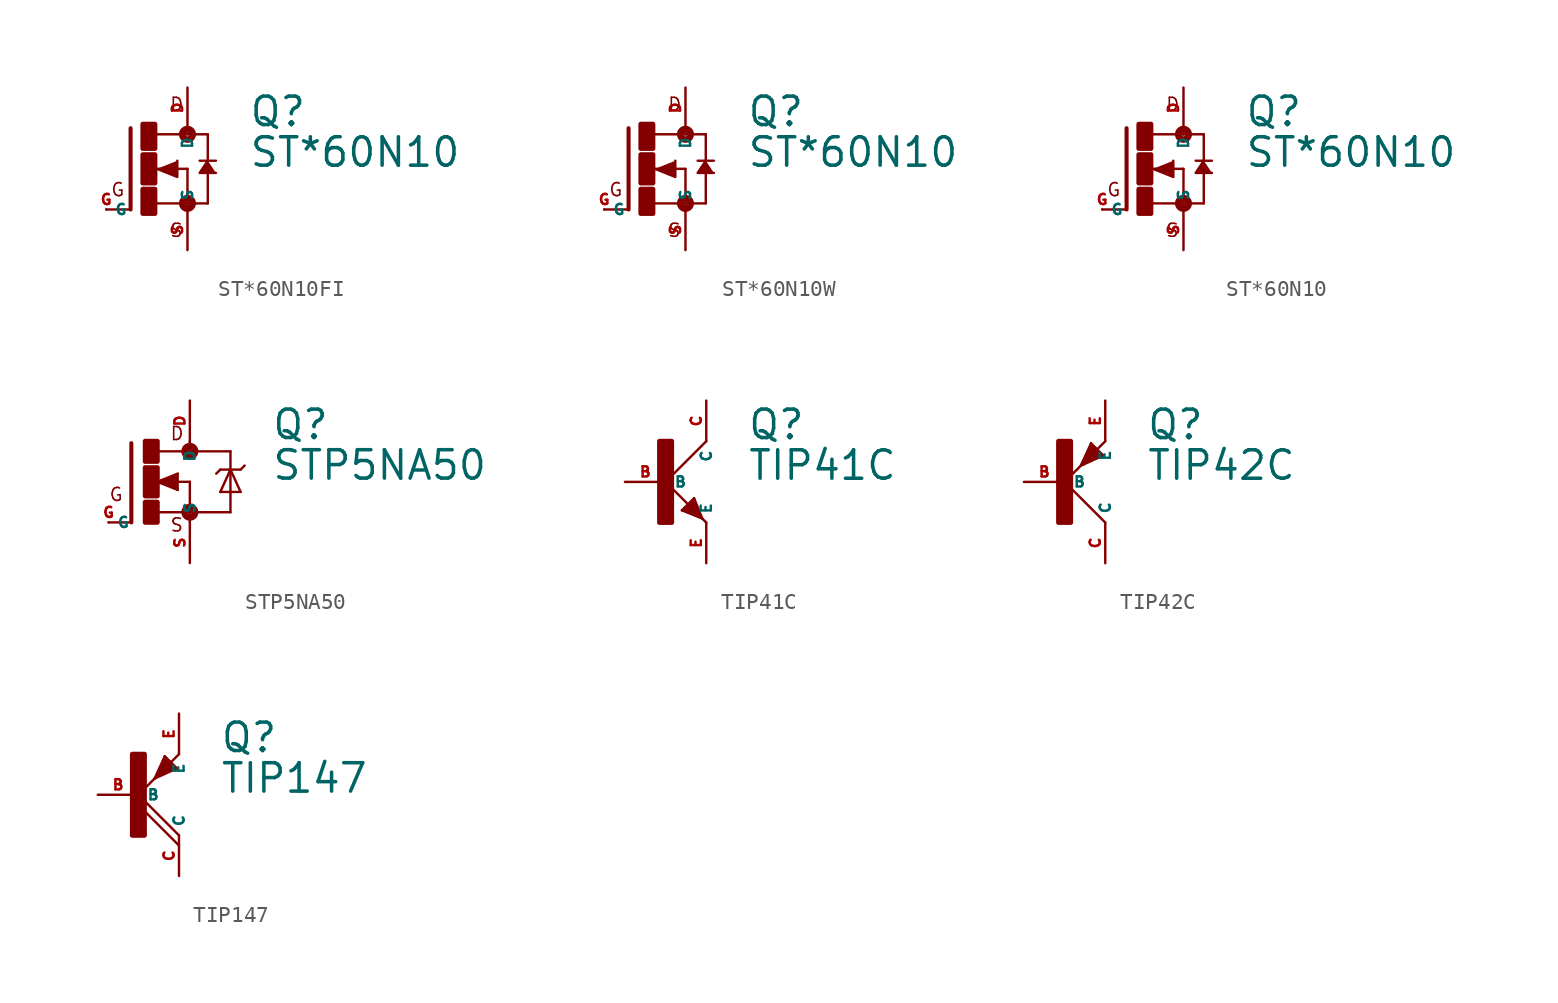
<source format=kicad_sym>
(kicad_symbol_lib
  (version 20220914)
  (generator Eagle2Kicad)
  (symbol "ST*60N10FI"
    (property "Reference" "Q"
      (at 6.35 2.54 0)
      (effects (font (size 1.778 1.778) (thickness 0.22)) (justify left bottom)))
    (property "Value" "ST*60N10"
      (at 6.35 0 0)
      (effects (font (size 1.778 1.778) (thickness 0.22)) (justify left bottom)))
    (polyline
      (pts (xy 3.81 0.508) (xy 3.302 -0.254) (xy 4.318 -0.254))
      (stroke (width 0.152) (type default))
      (fill (type outline)))
    (polyline
      (pts (xy 0.635 0) (xy 1.905 -0.508) (xy 1.905 0.508))
      (stroke (width 0.152) (type default))
      (fill (type outline)))
    (polyline
      (pts (xy -1.016 2.54) (xy -1.016 -2.54))
      (stroke (width 0.254) (type default))
      (fill (type none)))
    (polyline
      (pts (xy -1.016 -2.54) (xy -2.54 -2.54))
      (stroke (width 0.152) (type default))
      (fill (type none)))
    (polyline
      (pts (xy 2.54 2.54) (xy 2.54 2.159))
      (stroke (width 0.152) (type default))
      (fill (type none)))
    (polyline
      (pts (xy 0.508 -2.159) (xy 2.54 -2.159))
      (stroke (width 0.152) (type default))
      (fill (type none)))
    (polyline
      (pts (xy 2.54 -2.159) (xy 2.54 -2.54))
      (stroke (width 0.152) (type default))
      (fill (type none)))
    (polyline
      (pts (xy 0.381 0) (xy 2.54 0))
      (stroke (width 0.152) (type default))
      (fill (type none)))
    (polyline
      (pts (xy 3.302 0.508) (xy 3.81 0.508))
      (stroke (width 0.152) (type default))
      (fill (type none)))
    (polyline
      (pts (xy 3.81 0.508) (xy 4.318 0.508))
      (stroke (width 0.152) (type default))
      (fill (type none)))
    (polyline
      (pts (xy 3.81 2.159) (xy 2.54 2.159))
      (stroke (width 0.152) (type default))
      (fill (type none)))
    (polyline
      (pts (xy 2.54 2.159) (xy 0.533 2.159))
      (stroke (width 0.152) (type default))
      (fill (type none)))
    (polyline
      (pts (xy 3.81 0.508) (xy 3.81 2.159))
      (stroke (width 0.152) (type default))
      (fill (type none)))
    (polyline
      (pts (xy 3.81 -2.159) (xy 3.81 -0.127))
      (stroke (width 0.152) (type default))
      (fill (type none)))
    (polyline
      (pts (xy 3.81 -2.159) (xy 2.54 -2.159))
      (stroke (width 0.152) (type default))
      (fill (type none)))
    (polyline
      (pts (xy 2.54 0) (xy 2.54 -2.159))
      (stroke (width 0.152) (type default))
      (fill (type none)))
    (text "D"
      (at 1.397 3.556 0)
      (effects (font (size 0.813 0.813) (thickness 0.10)) (justify left bottom)))
    (text "S"
      (at 1.397 -4.318 0)
      (effects (font (size 0.813 0.813) (thickness 0.10)) (justify left bottom)))
    (text "G"
      (at -2.286 -1.778 0)
      (effects (font (size 0.813 0.813) (thickness 0.10)) (justify left bottom)))
    (circle
      (center 2.54 2.159)
      (radius 0.127)
      (stroke (width 0.406) (type default))
      (fill (type none)))
    (circle
      (center 2.54 -2.159)
      (radius 0.127)
      (stroke (width 0.406) (type default))
      (fill (type none)))
    (rectangle
      (start -0.254 -2.794)
      (end 0.508 -1.27)
      (stroke (width 0.3) (type default))
      (fill (type outline)))
    (rectangle
      (start -0.254 1.27)
      (end 0.508 2.794)
      (stroke (width 0.3) (type default))
      (fill (type outline)))
    (rectangle
      (start -0.254 -0.889)
      (end 0.508 0.889)
      (stroke (width 0.3) (type default))
      (fill (type outline)))
    (pin passive line
      (at -2.54 -2.54 0)
      (length 0)
      (name "G" (effects (font (size 0.635 0.635) (thickness 0.08)) (justify left bottom)))
      (number "G" (effects (font (size 0.635 0.635) (thickness 0.08)) (justify left bottom))))
    (pin passive line
      (at 2.54 -5.08 90)
      (length 2.54)
      (name "S" (effects (font (size 0.635 0.635) (thickness 0.08)) (justify left bottom)))
      (number "S" (effects (font (size 0.635 0.635) (thickness 0.08)) (justify left bottom))))
    (pin passive line
      (at 2.54 5.08 270)
      (length 2.54)
      (name "D" (effects (font (size 0.635 0.635) (thickness 0.08)) (justify left bottom)))
      (number "D" (effects (font (size 0.635 0.635) (thickness 0.08)) (justify left bottom)))))
  (symbol "ST*60N10W"
    (property "Reference" "Q"
      (at 6.35 2.54 0)
      (effects (font (size 1.778 1.778) (thickness 0.22)) (justify left bottom)))
    (property "Value" "ST*60N10"
      (at 6.35 0 0)
      (effects (font (size 1.778 1.778) (thickness 0.22)) (justify left bottom)))
    (polyline
      (pts (xy 3.81 0.508) (xy 3.302 -0.254) (xy 4.318 -0.254))
      (stroke (width 0.152) (type default))
      (fill (type outline)))
    (polyline
      (pts (xy 0.635 0) (xy 1.905 -0.508) (xy 1.905 0.508))
      (stroke (width 0.152) (type default))
      (fill (type outline)))
    (polyline
      (pts (xy -1.016 2.54) (xy -1.016 -2.54))
      (stroke (width 0.254) (type default))
      (fill (type none)))
    (polyline
      (pts (xy -1.016 -2.54) (xy -2.54 -2.54))
      (stroke (width 0.152) (type default))
      (fill (type none)))
    (polyline
      (pts (xy 2.54 2.54) (xy 2.54 2.159))
      (stroke (width 0.152) (type default))
      (fill (type none)))
    (polyline
      (pts (xy 0.508 -2.159) (xy 2.54 -2.159))
      (stroke (width 0.152) (type default))
      (fill (type none)))
    (polyline
      (pts (xy 2.54 -2.159) (xy 2.54 -2.54))
      (stroke (width 0.152) (type default))
      (fill (type none)))
    (polyline
      (pts (xy 0.381 0) (xy 2.54 0))
      (stroke (width 0.152) (type default))
      (fill (type none)))
    (polyline
      (pts (xy 3.302 0.508) (xy 3.81 0.508))
      (stroke (width 0.152) (type default))
      (fill (type none)))
    (polyline
      (pts (xy 3.81 0.508) (xy 4.318 0.508))
      (stroke (width 0.152) (type default))
      (fill (type none)))
    (polyline
      (pts (xy 3.81 2.159) (xy 2.54 2.159))
      (stroke (width 0.152) (type default))
      (fill (type none)))
    (polyline
      (pts (xy 2.54 2.159) (xy 0.533 2.159))
      (stroke (width 0.152) (type default))
      (fill (type none)))
    (polyline
      (pts (xy 3.81 0.508) (xy 3.81 2.159))
      (stroke (width 0.152) (type default))
      (fill (type none)))
    (polyline
      (pts (xy 3.81 -2.159) (xy 3.81 -0.127))
      (stroke (width 0.152) (type default))
      (fill (type none)))
    (polyline
      (pts (xy 3.81 -2.159) (xy 2.54 -2.159))
      (stroke (width 0.152) (type default))
      (fill (type none)))
    (polyline
      (pts (xy 2.54 0) (xy 2.54 -2.159))
      (stroke (width 0.152) (type default))
      (fill (type none)))
    (text "D"
      (at 1.397 3.556 0)
      (effects (font (size 0.813 0.813) (thickness 0.10)) (justify left bottom)))
    (text "S"
      (at 1.397 -4.318 0)
      (effects (font (size 0.813 0.813) (thickness 0.10)) (justify left bottom)))
    (text "G"
      (at -2.286 -1.778 0)
      (effects (font (size 0.813 0.813) (thickness 0.10)) (justify left bottom)))
    (circle
      (center 2.54 2.159)
      (radius 0.127)
      (stroke (width 0.406) (type default))
      (fill (type none)))
    (circle
      (center 2.54 -2.159)
      (radius 0.127)
      (stroke (width 0.406) (type default))
      (fill (type none)))
    (rectangle
      (start -0.254 -2.794)
      (end 0.508 -1.27)
      (stroke (width 0.3) (type default))
      (fill (type outline)))
    (rectangle
      (start -0.254 1.27)
      (end 0.508 2.794)
      (stroke (width 0.3) (type default))
      (fill (type outline)))
    (rectangle
      (start -0.254 -0.889)
      (end 0.508 0.889)
      (stroke (width 0.3) (type default))
      (fill (type outline)))
    (pin passive line
      (at -2.54 -2.54 0)
      (length 0)
      (name "G" (effects (font (size 0.635 0.635) (thickness 0.08)) (justify left bottom)))
      (number "G" (effects (font (size 0.635 0.635) (thickness 0.08)) (justify left bottom))))
    (pin passive line
      (at 2.54 -5.08 90)
      (length 2.54)
      (name "S" (effects (font (size 0.635 0.635) (thickness 0.08)) (justify left bottom)))
      (number "S" (effects (font (size 0.635 0.635) (thickness 0.08)) (justify left bottom))))
    (pin passive line
      (at 2.54 5.08 270)
      (length 2.54)
      (name "D" (effects (font (size 0.635 0.635) (thickness 0.08)) (justify left bottom)))
      (number "D" (effects (font (size 0.635 0.635) (thickness 0.08)) (justify left bottom)))))
  (symbol "ST*60N10"
    (property "Reference" "Q"
      (at 6.35 2.54 0)
      (effects (font (size 1.778 1.778) (thickness 0.22)) (justify left bottom)))
    (property "Value" "ST*60N10"
      (at 6.35 0 0)
      (effects (font (size 1.778 1.778) (thickness 0.22)) (justify left bottom)))
    (polyline
      (pts (xy 3.81 0.508) (xy 3.302 -0.254) (xy 4.318 -0.254))
      (stroke (width 0.152) (type default))
      (fill (type outline)))
    (polyline
      (pts (xy 0.635 0) (xy 1.905 -0.508) (xy 1.905 0.508))
      (stroke (width 0.152) (type default))
      (fill (type outline)))
    (polyline
      (pts (xy -1.016 2.54) (xy -1.016 -2.54))
      (stroke (width 0.254) (type default))
      (fill (type none)))
    (polyline
      (pts (xy -1.016 -2.54) (xy -2.54 -2.54))
      (stroke (width 0.152) (type default))
      (fill (type none)))
    (polyline
      (pts (xy 2.54 2.54) (xy 2.54 2.159))
      (stroke (width 0.152) (type default))
      (fill (type none)))
    (polyline
      (pts (xy 0.508 -2.159) (xy 2.54 -2.159))
      (stroke (width 0.152) (type default))
      (fill (type none)))
    (polyline
      (pts (xy 2.54 -2.159) (xy 2.54 -2.54))
      (stroke (width 0.152) (type default))
      (fill (type none)))
    (polyline
      (pts (xy 0.381 0) (xy 2.54 0))
      (stroke (width 0.152) (type default))
      (fill (type none)))
    (polyline
      (pts (xy 3.302 0.508) (xy 3.81 0.508))
      (stroke (width 0.152) (type default))
      (fill (type none)))
    (polyline
      (pts (xy 3.81 0.508) (xy 4.318 0.508))
      (stroke (width 0.152) (type default))
      (fill (type none)))
    (polyline
      (pts (xy 3.81 2.159) (xy 2.54 2.159))
      (stroke (width 0.152) (type default))
      (fill (type none)))
    (polyline
      (pts (xy 2.54 2.159) (xy 0.533 2.159))
      (stroke (width 0.152) (type default))
      (fill (type none)))
    (polyline
      (pts (xy 3.81 0.508) (xy 3.81 2.159))
      (stroke (width 0.152) (type default))
      (fill (type none)))
    (polyline
      (pts (xy 3.81 -2.159) (xy 3.81 -0.127))
      (stroke (width 0.152) (type default))
      (fill (type none)))
    (polyline
      (pts (xy 3.81 -2.159) (xy 2.54 -2.159))
      (stroke (width 0.152) (type default))
      (fill (type none)))
    (polyline
      (pts (xy 2.54 0) (xy 2.54 -2.159))
      (stroke (width 0.152) (type default))
      (fill (type none)))
    (text "D"
      (at 1.397 3.556 0)
      (effects (font (size 0.813 0.813) (thickness 0.10)) (justify left bottom)))
    (text "S"
      (at 1.397 -4.318 0)
      (effects (font (size 0.813 0.813) (thickness 0.10)) (justify left bottom)))
    (text "G"
      (at -2.286 -1.778 0)
      (effects (font (size 0.813 0.813) (thickness 0.10)) (justify left bottom)))
    (circle
      (center 2.54 2.159)
      (radius 0.127)
      (stroke (width 0.406) (type default))
      (fill (type none)))
    (circle
      (center 2.54 -2.159)
      (radius 0.127)
      (stroke (width 0.406) (type default))
      (fill (type none)))
    (rectangle
      (start -0.254 -2.794)
      (end 0.508 -1.27)
      (stroke (width 0.3) (type default))
      (fill (type outline)))
    (rectangle
      (start -0.254 1.27)
      (end 0.508 2.794)
      (stroke (width 0.3) (type default))
      (fill (type outline)))
    (rectangle
      (start -0.254 -0.889)
      (end 0.508 0.889)
      (stroke (width 0.3) (type default))
      (fill (type outline)))
    (pin passive line
      (at -2.54 -2.54 0)
      (length 0)
      (name "G" (effects (font (size 0.635 0.635) (thickness 0.08)) (justify left bottom)))
      (number "G" (effects (font (size 0.635 0.635) (thickness 0.08)) (justify left bottom))))
    (pin passive line
      (at 2.54 -5.08 90)
      (length 2.54)
      (name "S" (effects (font (size 0.635 0.635) (thickness 0.08)) (justify left bottom)))
      (number "S" (effects (font (size 0.635 0.635) (thickness 0.08)) (justify left bottom))))
    (pin passive line
      (at 2.54 5.08 270)
      (length 2.54)
      (name "D" (effects (font (size 0.635 0.635) (thickness 0.08)) (justify left bottom)))
      (number "D" (effects (font (size 0.635 0.635) (thickness 0.08)) (justify left bottom)))))
  (symbol "STP5NA50"
    (property "Reference" "Q"
      (at 7.62 2.54 0)
      (effects (font (size 1.778 1.778) (thickness 0.22)) (justify left bottom)))
    (property "Value" "STP5NA50"
      (at 7.62 0 0)
      (effects (font (size 1.778 1.778) (thickness 0.22)) (justify left bottom)))
    (polyline
      (pts (xy -1.118 2.413) (xy -1.118 -2.54))
      (stroke (width 0.254) (type default))
      (fill (type none)))
    (polyline
      (pts (xy -1.118 -2.54) (xy -2.54 -2.54))
      (stroke (width 0.152) (type default))
      (fill (type none)))
    (polyline
      (pts (xy 2.54 1.905) (xy 0.533 1.905))
      (stroke (width 0.152) (type default))
      (fill (type none)))
    (polyline
      (pts (xy 2.54 0) (xy 2.54 -1.905))
      (stroke (width 0.152) (type default))
      (fill (type none)))
    (polyline
      (pts (xy 0.508 -1.905) (xy 2.54 -1.905))
      (stroke (width 0.152) (type default))
      (fill (type none)))
    (polyline
      (pts (xy 2.54 2.54) (xy 2.54 1.905))
      (stroke (width 0.152) (type default))
      (fill (type none)))
    (polyline
      (pts (xy 2.54 1.905) (xy 5.08 1.905))
      (stroke (width 0.152) (type default))
      (fill (type none)))
    (polyline
      (pts (xy 5.08 1.905) (xy 5.08 0.762))
      (stroke (width 0.152) (type default))
      (fill (type none)))
    (polyline
      (pts (xy 5.08 0.762) (xy 5.08 -1.905))
      (stroke (width 0.152) (type default))
      (fill (type none)))
    (polyline
      (pts (xy 5.08 -1.905) (xy 2.54 -1.905))
      (stroke (width 0.152) (type default))
      (fill (type none)))
    (polyline
      (pts (xy 2.54 -1.905) (xy 2.54 -2.54))
      (stroke (width 0.152) (type default))
      (fill (type none)))
    (polyline
      (pts (xy 5.08 0.762) (xy 4.445 -0.635))
      (stroke (width 0.152) (type default))
      (fill (type none)))
    (polyline
      (pts (xy 4.445 -0.635) (xy 5.715 -0.635))
      (stroke (width 0.152) (type default))
      (fill (type none)))
    (polyline
      (pts (xy 5.715 -0.635) (xy 5.08 0.762))
      (stroke (width 0.152) (type default))
      (fill (type none)))
    (polyline
      (pts (xy 4.445 0.762) (xy 5.08 0.762))
      (stroke (width 0.152) (type default))
      (fill (type none)))
    (polyline
      (pts (xy 5.08 0.762) (xy 5.715 0.762))
      (stroke (width 0.152) (type default))
      (fill (type none)))
    (polyline
      (pts (xy 5.715 0.762) (xy 5.969 1.016))
      (stroke (width 0.152) (type default))
      (fill (type none)))
    (polyline
      (pts (xy 4.445 0.762) (xy 4.191 0.508))
      (stroke (width 0.152) (type default))
      (fill (type none)))
    (polyline
      (pts (xy 0.508 0) (xy 1.778 -0.508))
      (stroke (width 0.152) (type default))
      (fill (type none)))
    (polyline
      (pts (xy 1.778 -0.508) (xy 1.778 0.508))
      (stroke (width 0.152) (type default))
      (fill (type none)))
    (polyline
      (pts (xy 1.778 0.508) (xy 0.508 0))
      (stroke (width 0.152) (type default))
      (fill (type none)))
    (polyline
      (pts (xy 1.651 0) (xy 2.54 0))
      (stroke (width 0.152) (type default))
      (fill (type none)))
    (polyline
      (pts (xy 1.651 0.254) (xy 0.762 0))
      (stroke (width 0.305) (type default))
      (fill (type none)))
    (polyline
      (pts (xy 0.762 0) (xy 1.651 -0.254))
      (stroke (width 0.305) (type default))
      (fill (type none)))
    (polyline
      (pts (xy 1.651 -0.254) (xy 1.651 0))
      (stroke (width 0.305) (type default))
      (fill (type none)))
    (polyline
      (pts (xy 1.651 0) (xy 1.397 0))
      (stroke (width 0.305) (type default))
      (fill (type none)))
    (text "D"
      (at 1.27 2.54 0)
      (effects (font (size 0.813 0.813) (thickness 0.10)) (justify left bottom)))
    (text "S"
      (at 1.27 -3.175 0)
      (effects (font (size 0.813 0.813) (thickness 0.10)) (justify left bottom)))
    (text "G"
      (at -2.54 -1.27 0)
      (effects (font (size 0.813 0.813) (thickness 0.10)) (justify left bottom)))
    (circle
      (center 2.54 -1.905)
      (radius 0.127)
      (stroke (width 0.406) (type default))
      (fill (type none)))
    (circle
      (center 2.54 1.905)
      (radius 0.127)
      (stroke (width 0.406) (type default))
      (fill (type none)))
    (rectangle
      (start -0.254 -2.54)
      (end 0.508 -1.27)
      (stroke (width 0.3) (type default))
      (fill (type outline)))
    (rectangle
      (start -0.254 1.27)
      (end 0.508 2.54)
      (stroke (width 0.3) (type default))
      (fill (type outline)))
    (rectangle
      (start -0.254 -0.889)
      (end 0.508 0.889)
      (stroke (width 0.3) (type default))
      (fill (type outline)))
    (pin passive line
      (at -2.54 -2.54 0)
      (length 0)
      (name "G" (effects (font (size 0.635 0.635) (thickness 0.08)) (justify left bottom)))
      (number "G" (effects (font (size 0.635 0.635) (thickness 0.08)) (justify left bottom))))
    (pin passive line
      (at 2.54 5.08 270)
      (length 2.54)
      (name "D" (effects (font (size 0.635 0.635) (thickness 0.08)) (justify left bottom)))
      (number "D" (effects (font (size 0.635 0.635) (thickness 0.08)) (justify left bottom))))
    (pin passive line
      (at 2.54 -5.08 90)
      (length 2.54)
      (name "S" (effects (font (size 0.635 0.635) (thickness 0.08)) (justify left bottom)))
      (number "S" (effects (font (size 0.635 0.635) (thickness 0.08)) (justify left bottom)))))
  (symbol "TIP41C"
    (property "Reference" "Q"
      (at 5.08 2.54 0)
      (effects (font (size 1.778 1.778) (thickness 0.22)) (justify left bottom)))
    (property "Value" "TIP41C"
      (at 5.08 0 0)
      (effects (font (size 1.778 1.778) (thickness 0.22)) (justify left bottom)))
    (polyline
      (pts (xy 2.54 2.54) (xy 0 0))
      (stroke (width 0.152) (type default))
      (fill (type none)))
    (polyline
      (pts (xy 0 0) (xy 1.651 -1.651))
      (stroke (width 0.152) (type default))
      (fill (type none)))
    (polyline
      (pts (xy 2.159 -2.159) (xy 2.286 -2.286))
      (stroke (width 0.152) (type default))
      (fill (type none)))
    (polyline
      (pts (xy 1.778 -1.016) (xy 2.286 -2.286))
      (stroke (width 0.152) (type default))
      (fill (type none)))
    (polyline
      (pts (xy 2.286 -2.286) (xy 2.54 -2.54))
      (stroke (width 0.152) (type default))
      (fill (type none)))
    (polyline
      (pts (xy 2.286 -2.286) (xy 1.016 -1.778))
      (stroke (width 0.152) (type default))
      (fill (type none)))
    (polyline
      (pts (xy 1.016 -1.778) (xy 1.778 -1.016))
      (stroke (width 0.152) (type default))
      (fill (type none)))
    (polyline
      (pts (xy 2.159 -2.159) (xy 1.778 -1.27))
      (stroke (width 0.254) (type default))
      (fill (type none)))
    (polyline
      (pts (xy 1.778 -1.27) (xy 1.27 -1.778))
      (stroke (width 0.254) (type default))
      (fill (type none)))
    (polyline
      (pts (xy 1.27 -1.778) (xy 2.159 -2.159))
      (stroke (width 0.254) (type default))
      (fill (type none)))
    (polyline
      (pts (xy 2.159 -2.159) (xy 1.651 -1.651))
      (stroke (width 0.254) (type default))
      (fill (type none)))
    (polyline
      (pts (xy 1.524 -1.778) (xy 1.778 -1.524))
      (stroke (width 0.254) (type default))
      (fill (type none)))
    (rectangle
      (start -0.381 -2.54)
      (end 0.381 2.54)
      (stroke (width 0.3) (type default))
      (fill (type outline)))
    (pin passive line
      (at -2.54 0 0)
      (length 2.54)
      (name "B" (effects (font (size 0.635 0.635) (thickness 0.08)) (justify left bottom)))
      (number "B" (effects (font (size 0.635 0.635) (thickness 0.08)) (justify left bottom))))
    (pin passive line
      (at 2.54 -5.08 90)
      (length 2.54)
      (name "E" (effects (font (size 0.635 0.635) (thickness 0.08)) (justify left bottom)))
      (number "E" (effects (font (size 0.635 0.635) (thickness 0.08)) (justify left bottom))))
    (pin passive line
      (at 2.54 5.08 270)
      (length 2.54)
      (name "C" (effects (font (size 0.635 0.635) (thickness 0.08)) (justify left bottom)))
      (number "C" (effects (font (size 0.635 0.635) (thickness 0.08)) (justify left bottom)))))
  (symbol "TIP42C"
    (property "Reference" "Q"
      (at 5.08 2.54 0)
      (effects (font (size 1.778 1.778) (thickness 0.22)) (justify left bottom)))
    (property "Value" "TIP42C"
      (at 5.08 0 0)
      (effects (font (size 1.778 1.778) (thickness 0.22)) (justify left bottom)))
    (polyline
      (pts (xy 2.54 -2.54) (xy 0 0))
      (stroke (width 0.152) (type default))
      (fill (type none)))
    (polyline
      (pts (xy 0 0) (xy 1.016 1.016))
      (stroke (width 0.152) (type default))
      (fill (type none)))
    (polyline
      (pts (xy 2.413 1.651) (xy 1.016 1.016))
      (stroke (width 0.152) (type default))
      (fill (type none)))
    (polyline
      (pts (xy 1.016 1.016) (xy 1.143 1.143))
      (stroke (width 0.152) (type default))
      (fill (type none)))
    (polyline
      (pts (xy 1.905 1.905) (xy 2.54 2.54))
      (stroke (width 0.152) (type default))
      (fill (type none)))
    (polyline
      (pts (xy 1.016 1.016) (xy 1.651 2.413))
      (stroke (width 0.152) (type default))
      (fill (type none)))
    (polyline
      (pts (xy 1.651 2.413) (xy 2.413 1.651))
      (stroke (width 0.152) (type default))
      (fill (type none)))
    (polyline
      (pts (xy 1.143 1.143) (xy 2.159 1.651))
      (stroke (width 0.254) (type default))
      (fill (type none)))
    (polyline
      (pts (xy 2.159 1.651) (xy 1.905 1.905))
      (stroke (width 0.254) (type default))
      (fill (type none)))
    (polyline
      (pts (xy 1.905 1.905) (xy 1.651 2.159))
      (stroke (width 0.254) (type default))
      (fill (type none)))
    (polyline
      (pts (xy 1.651 2.159) (xy 1.143 1.143))
      (stroke (width 0.254) (type default))
      (fill (type none)))
    (polyline
      (pts (xy 1.143 1.143) (xy 1.905 1.905))
      (stroke (width 0.254) (type default))
      (fill (type none)))
    (polyline
      (pts (xy 1.651 1.905) (xy 1.905 1.651))
      (stroke (width 0.254) (type default))
      (fill (type none)))
    (rectangle
      (start -0.381 -2.54)
      (end 0.381 2.54)
      (stroke (width 0.3) (type default))
      (fill (type outline)))
    (pin passive line
      (at -2.54 0 0)
      (length 2.54)
      (name "B" (effects (font (size 0.635 0.635) (thickness 0.08)) (justify left bottom)))
      (number "B" (effects (font (size 0.635 0.635) (thickness 0.08)) (justify left bottom))))
    (pin passive line
      (at 2.54 5.08 270)
      (length 2.54)
      (name "E" (effects (font (size 0.635 0.635) (thickness 0.08)) (justify left bottom)))
      (number "E" (effects (font (size 0.635 0.635) (thickness 0.08)) (justify left bottom))))
    (pin passive line
      (at 2.54 -5.08 90)
      (length 2.54)
      (name "C" (effects (font (size 0.635 0.635) (thickness 0.08)) (justify left bottom)))
      (number "C" (effects (font (size 0.635 0.635) (thickness 0.08)) (justify left bottom)))))
  (symbol "TIP147"
    (property "Reference" "Q"
      (at 5.08 2.54 0)
      (effects (font (size 1.778 1.778) (thickness 0.22)) (justify left bottom)))
    (property "Value" "TIP147"
      (at 5.08 0 0)
      (effects (font (size 1.778 1.778) (thickness 0.22)) (justify left bottom)))
    (polyline
      (pts (xy 2.54 -2.54) (xy 0 0))
      (stroke (width 0.152) (type default))
      (fill (type none)))
    (polyline
      (pts (xy 0 0) (xy 1.016 1.016))
      (stroke (width 0.152) (type default))
      (fill (type none)))
    (polyline
      (pts (xy 2.413 1.651) (xy 1.016 1.016))
      (stroke (width 0.152) (type default))
      (fill (type none)))
    (polyline
      (pts (xy 1.016 1.016) (xy 1.27 1.27))
      (stroke (width 0.152) (type default))
      (fill (type none)))
    (polyline
      (pts (xy 1.905 1.905) (xy 2.54 2.54))
      (stroke (width 0.152) (type default))
      (fill (type none)))
    (polyline
      (pts (xy 1.016 1.016) (xy 1.651 2.413))
      (stroke (width 0.152) (type default))
      (fill (type none)))
    (polyline
      (pts (xy 1.651 2.413) (xy 2.413 1.651))
      (stroke (width 0.152) (type default))
      (fill (type none)))
    (polyline
      (pts (xy 2.54 -3.175) (xy 0 -0.635))
      (stroke (width 0.152) (type default))
      (fill (type none)))
    (polyline
      (pts (xy 1.27 1.27) (xy 2.159 1.651))
      (stroke (width 0.254) (type default))
      (fill (type none)))
    (polyline
      (pts (xy 2.159 1.651) (xy 1.905 1.905))
      (stroke (width 0.254) (type default))
      (fill (type none)))
    (polyline
      (pts (xy 1.905 1.905) (xy 1.651 2.159))
      (stroke (width 0.254) (type default))
      (fill (type none)))
    (polyline
      (pts (xy 1.651 2.159) (xy 1.27 1.27))
      (stroke (width 0.254) (type default))
      (fill (type none)))
    (polyline
      (pts (xy 1.27 1.27) (xy 1.905 1.905))
      (stroke (width 0.254) (type default))
      (fill (type none)))
    (polyline
      (pts (xy 1.651 1.905) (xy 1.905 1.651))
      (stroke (width 0.254) (type default))
      (fill (type none)))
    (rectangle
      (start -0.381 -2.54)
      (end 0.381 2.54)
      (stroke (width 0.3) (type default))
      (fill (type outline)))
    (pin passive line
      (at -2.54 0 0)
      (length 2.54)
      (name "B" (effects (font (size 0.635 0.635) (thickness 0.08)) (justify left bottom)))
      (number "B" (effects (font (size 0.635 0.635) (thickness 0.08)) (justify left bottom))))
    (pin passive line
      (at 2.54 5.08 270)
      (length 2.54)
      (name "E" (effects (font (size 0.635 0.635) (thickness 0.08)) (justify left bottom)))
      (number "E" (effects (font (size 0.635 0.635) (thickness 0.08)) (justify left bottom))))
    (pin passive line
      (at 2.54 -5.08 90)
      (length 2.54)
      (name "C" (effects (font (size 0.635 0.635) (thickness 0.08)) (justify left bottom)))
      (number "C" (effects (font (size 0.635 0.635) (thickness 0.08)) (justify left bottom))))))
</source>
